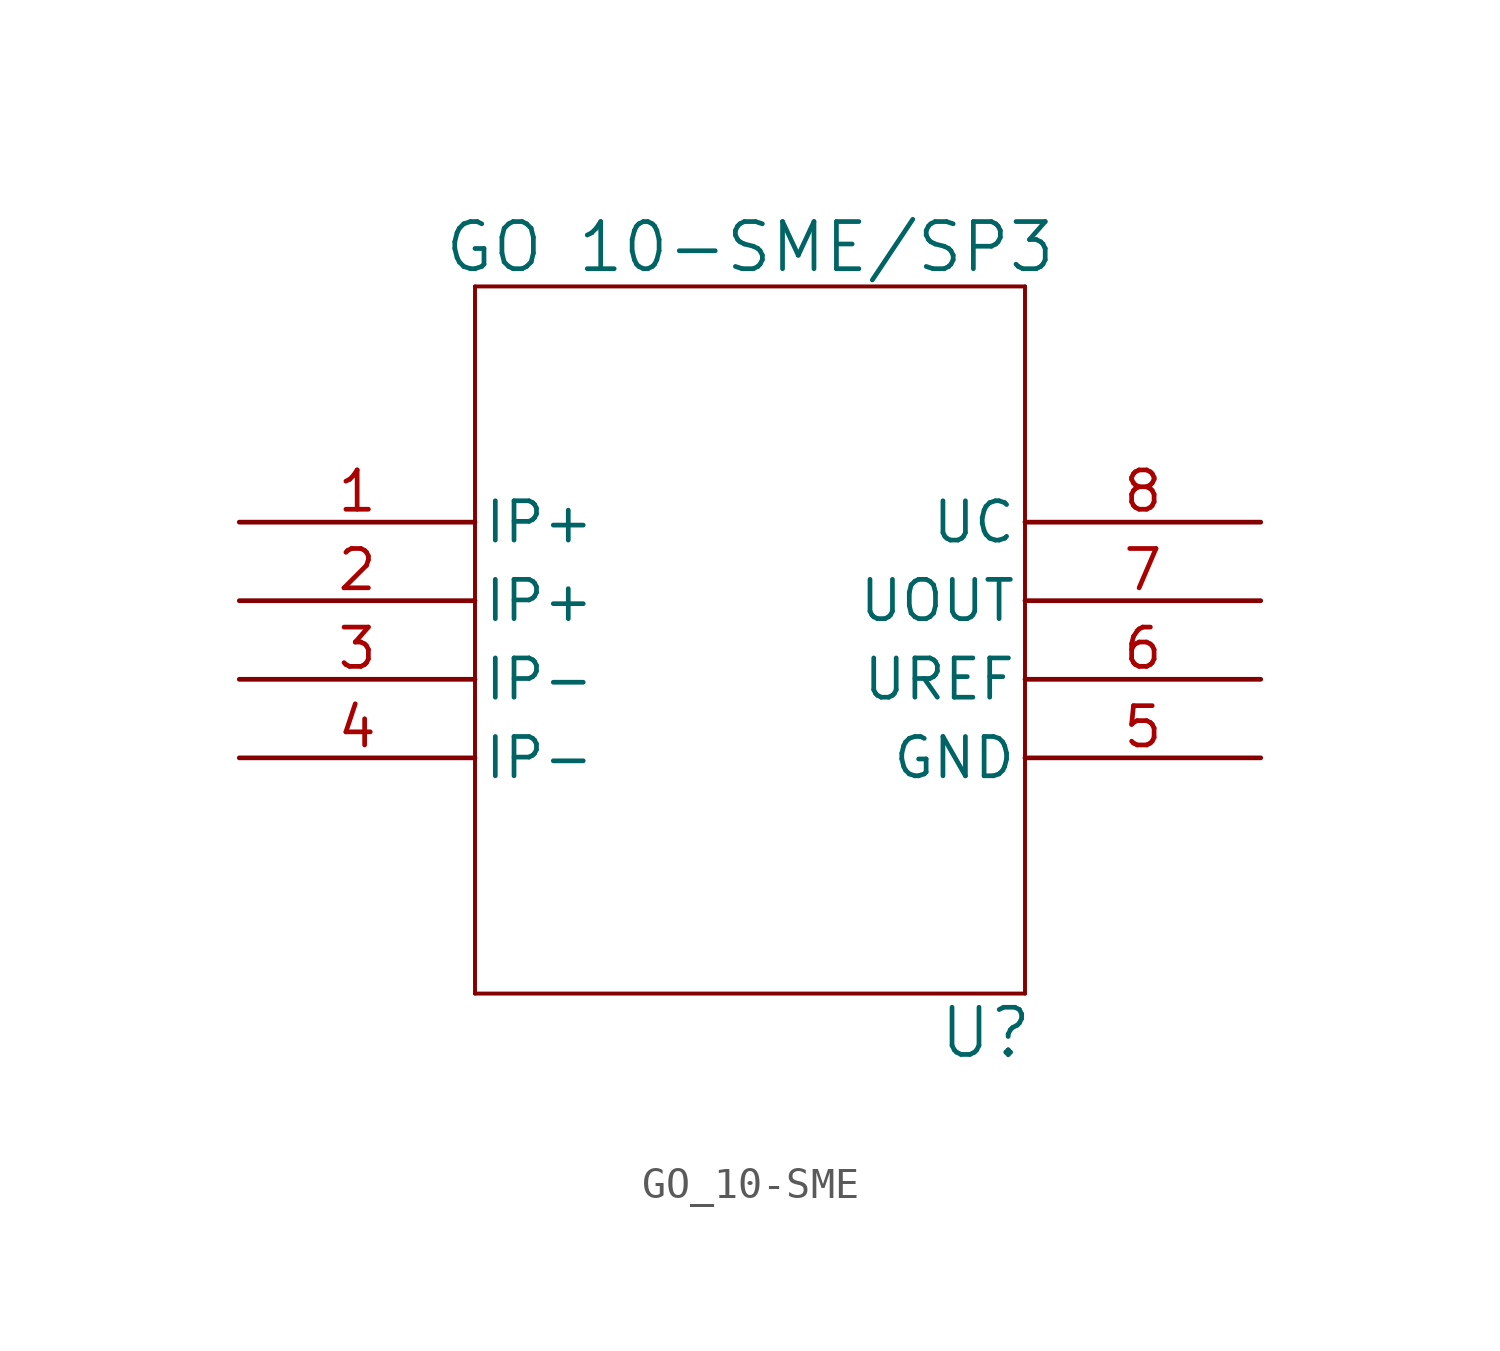
<source format=kicad_sym>
(kicad_symbol_lib
  (version 20220914)
  (generator kicad_symbol_editor)
  (symbol "GO_10-SME"
    (pin_names
      (offset 0.254))
    (property "Reference" "U"
      (at 7.62 -12.7 0)
      (effects (font (size 1.524 1.524))))
    (property "Value" "GO 10-SME/SP3"
      (at 0 12.7 0)
      (effects (font (size 1.524 1.524))))
    (property "ki_locked" ""
      (at 0 0 0)
      (effects (font (size 1.27 1.27))))
    (symbol "GO_10-SME_0_1"
      (polyline (pts (xy -8.89 -11.43) (xy 8.89 -11.43)) (stroke (width 0.127) (type default)) (fill (type none)))
      (polyline (pts (xy -8.89 11.43) (xy -8.89 -11.43)) (stroke (width 0.127) (type default)) (fill (type none)))
      (polyline (pts (xy 8.89 -11.43) (xy 8.89 11.43)) (stroke (width 0.127) (type default)) (fill (type none)))
      (polyline (pts (xy 8.89 11.43) (xy -8.89 11.43)) (stroke (width 0.127) (type default)) (fill (type none)))
      (pin input line (at -16.51 3.81 0) (length 7.62) (name "IP+" (effects (font (size 1.27 1.27)))) (number "1" (effects (font (size 1.27 1.27)))))
      (pin input line (at -16.51 1.27 0) (length 7.62) (name "IP+" (effects (font (size 1.27 1.27)))) (number "2" (effects (font (size 1.27 1.27)))))
      (pin output line (at -16.51 -1.27 0) (length 7.62) (name "IP-" (effects (font (size 1.27 1.27)))) (number "3" (effects (font (size 1.27 1.27)))))
      (pin output line (at -16.51 -3.81 0) (length 7.62) (name "IP-" (effects (font (size 1.27 1.27)))) (number "4" (effects (font (size 1.27 1.27)))))
      (pin output line (at 16.51 1.27 180) (length 7.62) (name "UOUT" (effects (font (size 1.27 1.27)))) (number "7" (effects (font (size 1.27 1.27)))))
      (pin power_in line (at 16.51 3.81 180) (length 7.62) (name "UC" (effects (font (size 1.27 1.27)))) (number "8" (effects (font (size 1.27 1.27))))))
    (symbol "GO_10-SME_1_1"
      (pin power_in line (at 16.51 -3.81 180) (length 7.62) (name "GND" (effects (font (size 1.27 1.27)))) (number "5" (effects (font (size 1.27 1.27)))))
      (pin output line (at 16.51 -1.27 180) (length 7.62) (name "UREF" (effects (font (size 1.27 1.27)))) (number "6" (effects (font (size 1.27 1.27))))))))
</source>
